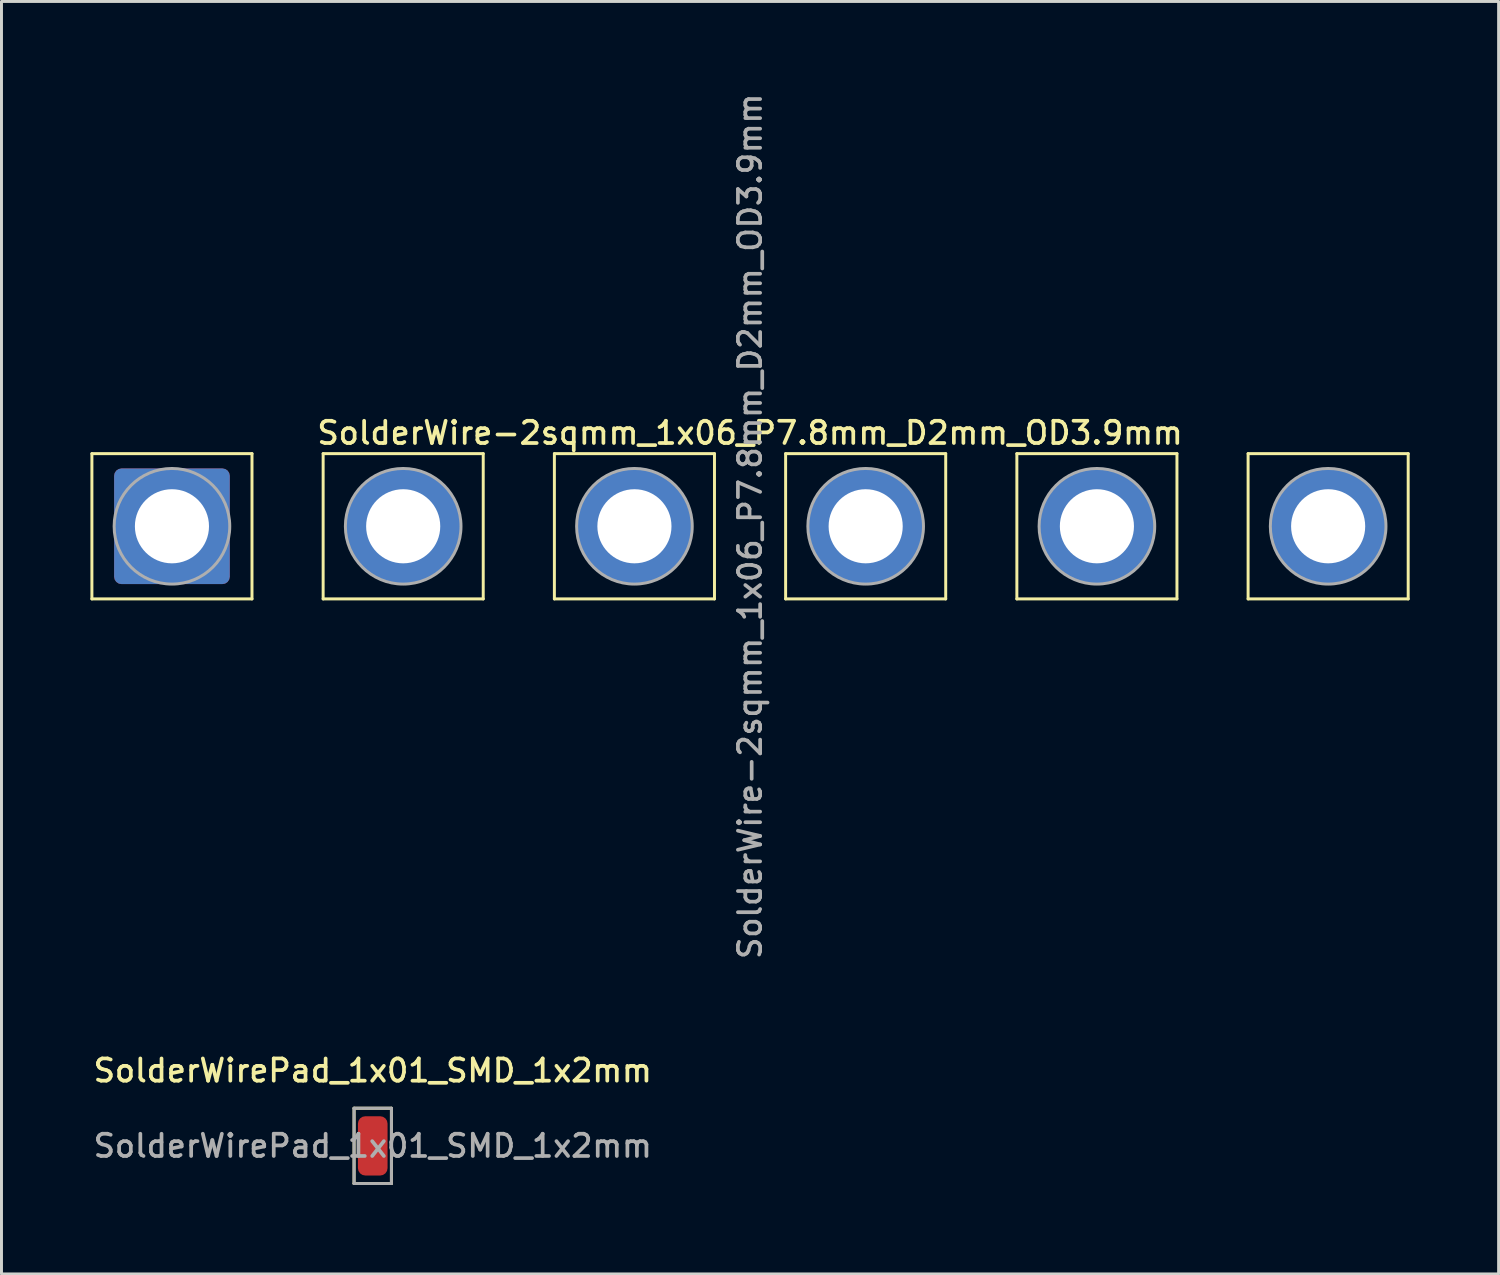
<source format=kicad_pcb>
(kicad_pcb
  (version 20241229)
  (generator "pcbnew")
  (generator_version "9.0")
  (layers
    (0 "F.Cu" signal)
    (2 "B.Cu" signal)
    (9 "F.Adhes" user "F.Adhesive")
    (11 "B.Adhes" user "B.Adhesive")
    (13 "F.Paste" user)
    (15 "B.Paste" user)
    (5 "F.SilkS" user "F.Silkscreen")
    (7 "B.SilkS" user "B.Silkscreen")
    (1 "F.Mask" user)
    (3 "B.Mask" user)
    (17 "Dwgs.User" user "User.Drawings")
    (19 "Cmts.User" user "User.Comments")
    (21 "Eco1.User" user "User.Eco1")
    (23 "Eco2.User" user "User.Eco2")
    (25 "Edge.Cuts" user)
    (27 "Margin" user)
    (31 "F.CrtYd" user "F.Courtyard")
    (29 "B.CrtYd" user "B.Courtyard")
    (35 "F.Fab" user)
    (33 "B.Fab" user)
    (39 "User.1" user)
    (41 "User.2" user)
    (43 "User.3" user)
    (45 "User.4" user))
  (footprint "SolderWirePad_1x01_SMD_1x2mm"
    (layer "F.Cu")
    (at 9.523 35.602)
    (property "Reference" "SolderWirePad_1x01_SMD_1x2mm" (at 0 -2.54 0) (layer "F.SilkS") (effects (font (size 0.75 0.75) (thickness 0.125))))
    (attr exclude_from_pos_files exclude_from_bom)
    (fp_line (start -0.63 -1.27) (end -0.63 1.27) (stroke (width 0.1) (type solid)) (layer "F.SilkS"))
    (fp_line (start -0.63 1.27) (end 0.63 1.27) (stroke (width 0.1) (type solid)) (layer "F.SilkS"))
    (fp_line (start 0.63 -1.27) (end -0.63 -1.27) (stroke (width 0.1) (type solid)) (layer "F.SilkS"))
    (fp_line (start 0.63 1.27) (end 0.63 -1.27) (stroke (width 0.1) (type solid)) (layer "F.SilkS"))
    (fp_line (start -0.63 -1.27) (end 0.63 -1.27) (stroke (width 0.1) (type solid)) (layer "F.Fab"))
    (fp_line (start -0.63 1.27) (end -0.63 -1.27) (stroke (width 0.1) (type solid)) (layer "F.Fab"))
    (fp_line (start 0.63 -1.27) (end 0.63 1.27) (stroke (width 0.1) (type solid)) (layer "F.Fab"))
    (fp_line (start 0.63 1.27) (end -0.63 1.27) (stroke (width 0.1) (type solid)) (layer "F.Fab"))
    (fp_text user "${REFERENCE}" (at 0 0 0) (layer "F.Fab") (effects (font (size 0.75 0.75) (thickness 0.125))))
    (pad "1" smd roundrect (at 0 0) (size 1 2) (layers "F.Cu" "F.Mask" "F.Paste") (roundrect_rratio 0.25)))
  (footprint "SolderWire-2sqmm_1x06_P7.8mm_D2mm_OD3.9mm"
    (layer "F.Cu")
    (at 2.75 14.702)
    (property "Reference" "SolderWire-2sqmm_1x06_P7.8mm_D2mm_OD3.9mm" (at 19.5 -3.15 0) (layer "F.SilkS") (effects (font (size 0.75 0.75) (thickness 0.125))))
    (attr exclude_from_pos_files exclude_from_bom)
    (fp_line (start -2.7 -2.45) (end -2.7 2.45) (stroke (width 0.1) (type solid)) (layer "F.SilkS"))
    (fp_line (start -2.7 2.45) (end 2.7 2.45) (stroke (width 0.1) (type solid)) (layer "F.SilkS"))
    (fp_line (start 2.7 -2.45) (end -2.7 -2.45) (stroke (width 0.1) (type solid)) (layer "F.SilkS"))
    (fp_line (start 2.7 2.45) (end 2.7 -2.45) (stroke (width 0.1) (type solid)) (layer "F.SilkS"))
    (fp_line (start 5.1 -2.45) (end 5.1 2.45) (stroke (width 0.1) (type solid)) (layer "F.SilkS"))
    (fp_line (start 5.1 2.45) (end 10.5 2.45) (stroke (width 0.1) (type solid)) (layer "F.SilkS"))
    (fp_line (start 10.5 -2.45) (end 5.1 -2.45) (stroke (width 0.1) (type solid)) (layer "F.SilkS"))
    (fp_line (start 10.5 2.45) (end 10.5 -2.45) (stroke (width 0.1) (type solid)) (layer "F.SilkS"))
    (fp_line (start 12.9 -2.45) (end 12.9 2.45) (stroke (width 0.1) (type solid)) (layer "F.SilkS"))
    (fp_line (start 12.9 2.45) (end 18.3 2.45) (stroke (width 0.1) (type solid)) (layer "F.SilkS"))
    (fp_line (start 18.3 -2.45) (end 12.9 -2.45) (stroke (width 0.1) (type solid)) (layer "F.SilkS"))
    (fp_line (start 18.3 2.45) (end 18.3 -2.45) (stroke (width 0.1) (type solid)) (layer "F.SilkS"))
    (fp_line (start 20.7 -2.45) (end 20.7 2.45) (stroke (width 0.1) (type solid)) (layer "F.SilkS"))
    (fp_line (start 20.7 2.45) (end 26.1 2.45) (stroke (width 0.1) (type solid)) (layer "F.SilkS"))
    (fp_line (start 26.1 -2.45) (end 20.7 -2.45) (stroke (width 0.1) (type solid)) (layer "F.SilkS"))
    (fp_line (start 26.1 2.45) (end 26.1 -2.45) (stroke (width 0.1) (type solid)) (layer "F.SilkS"))
    (fp_line (start 28.5 -2.45) (end 28.5 2.45) (stroke (width 0.1) (type solid)) (layer "F.SilkS"))
    (fp_line (start 28.5 2.45) (end 33.9 2.45) (stroke (width 0.1) (type solid)) (layer "F.SilkS"))
    (fp_line (start 33.9 -2.45) (end 28.5 -2.45) (stroke (width 0.1) (type solid)) (layer "F.SilkS"))
    (fp_line (start 33.9 2.45) (end 33.9 -2.45) (stroke (width 0.1) (type solid)) (layer "F.SilkS"))
    (fp_line (start 36.3 -2.45) (end 36.3 2.45) (stroke (width 0.1) (type solid)) (layer "F.SilkS"))
    (fp_line (start 36.3 2.45) (end 41.7 2.45) (stroke (width 0.1) (type solid)) (layer "F.SilkS"))
    (fp_line (start 41.7 -2.45) (end 36.3 -2.45) (stroke (width 0.1) (type solid)) (layer "F.SilkS"))
    (fp_line (start 41.7 2.45) (end 41.7 -2.45) (stroke (width 0.1) (type solid)) (layer "F.SilkS"))
    (fp_circle (center 0 0) (end 1.95 0) (stroke (width 0.1) (type solid)) (fill no) (layer "F.Fab"))
    (fp_circle (center 7.8 0) (end 9.75 0) (stroke (width 0.1) (type solid)) (fill no) (layer "F.Fab"))
    (fp_circle (center 15.6 0) (end 17.55 0) (stroke (width 0.1) (type solid)) (fill no) (layer "F.Fab"))
    (fp_circle (center 23.4 0) (end 25.35 0) (stroke (width 0.1) (type solid)) (fill no) (layer "F.Fab"))
    (fp_circle (center 31.2 0) (end 33.15 0) (stroke (width 0.1) (type solid)) (fill no) (layer "F.Fab"))
    (fp_circle (center 39 0) (end 40.95 0) (stroke (width 0.1) (type solid)) (fill no) (layer "F.Fab"))
    (fp_text user "${REFERENCE}" (at 19.5 0 90) (layer "F.Fab") (effects (font (size 0.75 0.75) (thickness 0.125))))
    (pad "1" thru_hole roundrect (at 0 0) (size 3.9 3.9) (drill 2.5) (layers "*.Cu" "*.Mask") (roundrect_rratio 0.064))
    (pad "2" thru_hole circle (at 7.8 0) (size 3.9 3.9) (drill 2.5) (layers "*.Cu" "*.Mask"))
    (pad "3" thru_hole circle (at 15.6 0) (size 3.9 3.9) (drill 2.5) (layers "*.Cu" "*.Mask"))
    (pad "4" thru_hole circle (at 23.4 0) (size 3.9 3.9) (drill 2.5) (layers "*.Cu" "*.Mask"))
    (pad "5" thru_hole circle (at 31.2 0) (size 3.9 3.9) (drill 2.5) (layers "*.Cu" "*.Mask"))
    (pad "6" thru_hole circle (at 39 0) (size 3.9 3.9) (drill 2.5) (layers "*.Cu" "*.Mask")))
  (gr_rect
    (start -3 -3)
    (end 47.5 39.922)
    (stroke (width 0.1) (type default))
    (fill no)
    (layer "Edge.Cuts")))
</source>
